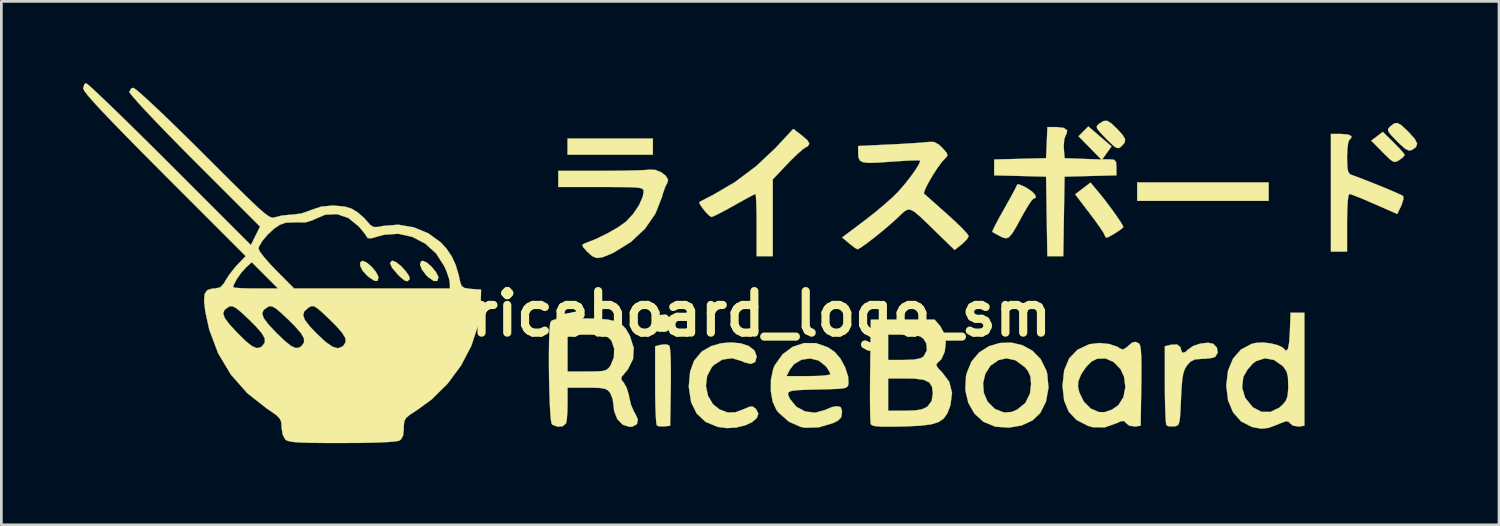
<source format=kicad_pcb>
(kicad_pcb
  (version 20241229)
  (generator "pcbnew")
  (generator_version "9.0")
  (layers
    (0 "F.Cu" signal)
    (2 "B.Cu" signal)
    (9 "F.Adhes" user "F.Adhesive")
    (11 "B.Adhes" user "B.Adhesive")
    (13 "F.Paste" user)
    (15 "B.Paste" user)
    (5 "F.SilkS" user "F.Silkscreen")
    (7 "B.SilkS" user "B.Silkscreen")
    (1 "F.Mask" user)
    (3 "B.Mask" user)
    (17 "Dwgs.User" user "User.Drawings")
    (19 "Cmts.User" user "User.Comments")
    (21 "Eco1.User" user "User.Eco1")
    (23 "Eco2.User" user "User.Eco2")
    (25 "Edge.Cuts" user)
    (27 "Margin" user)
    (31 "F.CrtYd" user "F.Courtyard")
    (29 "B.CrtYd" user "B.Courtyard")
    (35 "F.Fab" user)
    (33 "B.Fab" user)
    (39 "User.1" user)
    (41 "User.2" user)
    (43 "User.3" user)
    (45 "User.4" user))
  (footprint "riceboard_logo_sm"
    (layer "F.Cu")
    (at 24.897 8.472)
    (property "Reference" "riceboard_logo_sm" (at 0 0 0) (layer "F.SilkS") (effects (font (size 1.524 1.524) (thickness 0.3))))
    (attr through_hole)
    (fp_poly (pts (xy -3.979 -5.842) (xy -7.112 -5.842) (xy -7.112 -6.435) (xy -3.979 -6.435) (xy -3.979 -5.842)) (stroke (width 0.01) (type solid)) (fill yes) (layer "F.SilkS"))
    (fp_poly (pts (xy 18.627 -4.149) (xy 13.801 -4.149) (xy 13.801 -4.826) (xy 18.627 -4.826) (xy 18.627 -4.149)) (stroke (width 0.01) (type solid)) (fill yes) (layer "F.SilkS"))
    (fp_poly (pts (xy -3.35 0.141) (xy -3.319 0.371) (xy -3.367 0.566) (xy -3.49 0.648) (xy -3.559 0.66) (xy -3.744 0.658) (xy -3.834 0.625) (xy -3.898 0.467) (xy -3.884 0.264) (xy -3.807 0.096) (xy -3.737 0.046) (xy -3.495 0.026) (xy -3.35 0.141)) (stroke (width 0.01) (type solid)) (fill yes) (layer "F.SilkS"))
    (fp_poly (pts (xy -14.484 -1.883) (xy -14.304 -1.729) (xy -14.145 -1.539) (xy -14.059 -1.371) (xy -14.055 -1.339) (xy -14.087 -1.211) (xy -14.193 -1.21) (xy -14.387 -1.336) (xy -14.472 -1.405) (xy -14.635 -1.584) (xy -14.723 -1.763) (xy -14.722 -1.898) (xy -14.631 -1.947) (xy -14.484 -1.883)) (stroke (width 0.01) (type solid)) (fill yes) (layer "F.SilkS"))
    (fp_poly (pts (xy -12.276 -1.883) (xy -12.1 -1.727) (xy -11.944 -1.535) (xy -11.858 -1.364) (xy -11.853 -1.329) (xy -11.901 -1.205) (xy -12.031 -1.211) (xy -12.222 -1.344) (xy -12.303 -1.423) (xy -12.461 -1.631) (xy -12.527 -1.811) (xy -12.493 -1.926) (xy -12.42 -1.947) (xy -12.276 -1.883)) (stroke (width 0.01) (type solid)) (fill yes) (layer "F.SilkS"))
    (fp_poly (pts (xy 23.22 -6.286) (xy 23.424 -6.077) (xy 23.569 -5.914) (xy 23.622 -5.834) (xy 23.559 -5.751) (xy 23.422 -5.646) (xy 23.311 -5.584) (xy 23.214 -5.583) (xy 23.093 -5.661) (xy 22.909 -5.835) (xy 22.809 -5.937) (xy 22.394 -6.358) (xy 22.818 -6.681) (xy 23.22 -6.286)) (stroke (width 0.01) (type solid)) (fill yes) (layer "F.SilkS"))
    (fp_poly (pts (xy -13.392 -1.89) (xy -13.223 -1.75) (xy -13.058 -1.572) (xy -12.938 -1.402) (xy -12.903 -1.286) (xy -12.907 -1.277) (xy -12.985 -1.199) (xy -13.088 -1.22) (xy -13.249 -1.352) (xy -13.361 -1.465) (xy -13.556 -1.698) (xy -13.627 -1.862) (xy -13.57 -1.942) (xy -13.521 -1.947) (xy -13.392 -1.89)) (stroke (width 0.01) (type solid)) (fill yes) (layer "F.SilkS"))
    (fp_poly (pts (xy -3.378 1.16) (xy -3.351 1.271) (xy -3.331 1.526) (xy -3.32 1.899) (xy -3.318 2.367) (xy -3.321 2.673) (xy -3.344 4.106) (xy -3.559 4.131) (xy -3.744 4.129) (xy -3.834 4.096) (xy -3.854 3.995) (xy -3.872 3.754) (xy -3.885 3.403) (xy -3.893 2.969) (xy -3.895 2.612) (xy -3.895 1.189) (xy -3.677 1.134) (xy -3.486 1.12) (xy -3.378 1.16)) (stroke (width 0.01) (type solid)) (fill yes) (layer "F.SilkS"))
    (fp_poly (pts (xy 12.86 -6.987) (xy 13.064 -6.791) (xy 13.271 -6.563) (xy 13.359 -6.405) (xy 13.337 -6.279) (xy 13.224 -6.153) (xy 13.136 -6.089) (xy 13.047 -6.091) (xy 12.924 -6.175) (xy 12.73 -6.361) (xy 12.657 -6.436) (xy 12.443 -6.658) (xy 12.333 -6.795) (xy 12.314 -6.881) (xy 12.368 -6.95) (xy 12.408 -6.982) (xy 12.566 -7.08) (xy 12.702 -7.086) (xy 12.86 -6.987)) (stroke (width 0.01) (type solid)) (fill yes) (layer "F.SilkS"))
    (fp_poly (pts (xy 23.49 -6.932) (xy 23.692 -6.747) (xy 23.784 -6.654) (xy 23.997 -6.415) (xy 24.079 -6.247) (xy 24.034 -6.121) (xy 23.885 -6.016) (xy 23.778 -5.995) (xy 23.645 -6.058) (xy 23.453 -6.224) (xy 23.337 -6.339) (xy 23.128 -6.556) (xy 23.024 -6.69) (xy 23.009 -6.778) (xy 23.066 -6.856) (xy 23.097 -6.885) (xy 23.231 -6.988) (xy 23.35 -7.008) (xy 23.49 -6.932)) (stroke (width 0.01) (type solid)) (fill yes) (layer "F.SilkS"))
    (fp_poly (pts (xy 12.42 -4.42) (xy 12.62 -4.17) (xy 12.832 -3.889) (xy 13.03 -3.614) (xy 13.187 -3.381) (xy 13.279 -3.225) (xy 13.293 -3.188) (xy 13.228 -3.122) (xy 13.073 -3.014) (xy 12.888 -2.898) (xy 12.73 -2.814) (xy 12.669 -2.794) (xy 12.617 -2.859) (xy 12.615 -2.876) (xy 12.567 -2.974) (xy 12.435 -3.173) (xy 12.243 -3.443) (xy 12.069 -3.674) (xy 11.524 -4.389) (xy 12.087 -4.819) (xy 12.42 -4.42)) (stroke (width 0.01) (type solid)) (fill yes) (layer "F.SilkS"))
    (fp_poly (pts (xy 9.464 -4.752) (xy 9.63 -4.683) (xy 9.736 -4.628) (xy 9.94 -4.491) (xy 10.061 -4.359) (xy 10.078 -4.263) (xy 9.998 -4.233) (xy 9.926 -4.164) (xy 9.8 -3.977) (xy 9.641 -3.709) (xy 9.569 -3.577) (xy 9.364 -3.201) (xy 9.215 -2.956) (xy 9.099 -2.82) (xy 8.994 -2.774) (xy 8.878 -2.798) (xy 8.763 -2.853) (xy 8.583 -2.95) (xy 8.483 -3.008) (xy 8.48 -3.011) (xy 8.508 -3.089) (xy 8.605 -3.284) (xy 8.756 -3.565) (xy 8.924 -3.865) (xy 9.114 -4.201) (xy 9.267 -4.483) (xy 9.367 -4.678) (xy 9.398 -4.753) (xy 9.464 -4.752)) (stroke (width 0.01) (type solid)) (fill yes) (layer "F.SilkS"))
    (fp_poly (pts (xy 12.433 -6.514) (xy 12.858 -6.148) (xy 12.519 -5.673) (xy 12.779 -5.673) (xy 12.954 -5.656) (xy 13.025 -5.573) (xy 13.039 -5.379) (xy 13.039 -5.086) (xy 11.134 -5.038) (xy 11.087 -2.117) (xy 10.503 -2.117) (xy 10.456 -5.038) (xy 8.551 -5.086) (xy 8.551 -5.667) (xy 9.504 -5.691) (xy 10.456 -5.715) (xy 10.506 -6.858) (xy 10.836 -6.858) (xy 11.106 -6.826) (xy 11.231 -6.737) (xy 11.203 -6.598) (xy 11.178 -6.564) (xy 11.123 -6.411) (xy 11.104 -6.169) (xy 11.107 -6.081) (xy 11.134 -5.715) (xy 11.811 -5.69) (xy 12.488 -5.665) (xy 12.068 -6.093) (xy 11.647 -6.52) (xy 12.007 -6.88) (xy 12.433 -6.514)) (stroke (width 0.01) (type solid)) (fill yes) (layer "F.SilkS"))
    (fp_poly (pts (xy 21.549 -6.581) (xy 21.67 -6.52) (xy 21.643 -6.432) (xy 21.59 -6.392) (xy 21.548 -6.287) (xy 21.518 -6.061) (xy 21.505 -5.762) (xy 21.505 -5.75) (xy 21.513 -5.427) (xy 21.541 -5.236) (xy 21.598 -5.138) (xy 21.654 -5.107) (xy 21.946 -5) (xy 22.293 -4.866) (xy 22.658 -4.72) (xy 23.005 -4.578) (xy 23.295 -4.454) (xy 23.494 -4.364) (xy 23.563 -4.326) (xy 23.574 -4.213) (xy 23.515 -4.019) (xy 23.49 -3.962) (xy 23.349 -3.666) (xy 22.511 -4.034) (xy 22.162 -4.185) (xy 21.867 -4.306) (xy 21.663 -4.382) (xy 21.59 -4.403) (xy 21.553 -4.321) (xy 21.526 -4.09) (xy 21.51 -3.727) (xy 21.505 -3.344) (xy 21.505 -2.286) (xy 20.913 -2.286) (xy 20.913 -6.604) (xy 21.294 -6.604) (xy 21.549 -6.581)) (stroke (width 0.01) (type solid)) (fill yes) (layer "F.SilkS"))
    (fp_poly (pts (xy 1.476 -6.56) (xy 1.693 -6.374) (xy 1.767 -6.245) (xy 1.705 -6.152) (xy 1.63 -6.114) (xy 1.507 -6.028) (xy 1.306 -5.849) (xy 1.061 -5.609) (xy 0.953 -5.496) (xy 0.423 -4.939) (xy 0.423 -2.117) (xy -0.169 -2.117) (xy -0.169 -3.26) (xy -0.172 -3.677) (xy -0.181 -4.027) (xy -0.193 -4.277) (xy -0.208 -4.397) (xy -0.212 -4.403) (xy -0.299 -4.363) (xy -0.5 -4.257) (xy -0.781 -4.103) (xy -1 -3.979) (xy -1.322 -3.801) (xy -1.592 -3.66) (xy -1.774 -3.574) (xy -1.83 -3.556) (xy -1.92 -3.613) (xy -2.05 -3.749) (xy -2.179 -3.912) (xy -2.264 -4.048) (xy -2.272 -4.103) (xy -2.187 -4.151) (xy -1.995 -4.251) (xy -1.778 -4.361) (xy -0.971 -4.834) (xy -0.184 -5.424) (xy 0.518 -6.083) (xy 0.552 -6.12) (xy 1.175 -6.79) (xy 1.476 -6.56)) (stroke (width 0.01) (type solid)) (fill yes) (layer "F.SilkS"))
    (fp_poly (pts (xy 16.594 1.1) (xy 16.73 1.245) (xy 16.757 1.428) (xy 16.665 1.578) (xy 16.658 1.583) (xy 16.512 1.625) (xy 16.274 1.649) (xy 16.182 1.651) (xy 15.92 1.672) (xy 15.749 1.758) (xy 15.632 1.89) (xy 15.551 2.02) (xy 15.494 2.184) (xy 15.455 2.416) (xy 15.427 2.753) (xy 15.409 3.117) (xy 15.39 3.539) (xy 15.371 3.82) (xy 15.343 3.991) (xy 15.3 4.08) (xy 15.235 4.118) (xy 15.152 4.131) (xy 14.967 4.129) (xy 14.877 4.096) (xy 14.857 3.995) (xy 14.84 3.754) (xy 14.827 3.403) (xy 14.819 2.969) (xy 14.817 2.612) (xy 14.817 1.189) (xy 15.024 1.137) (xy 15.262 1.124) (xy 15.391 1.224) (xy 15.409 1.317) (xy 15.455 1.428) (xy 15.567 1.403) (xy 15.663 1.313) (xy 15.852 1.181) (xy 16.123 1.091) (xy 16.4 1.061) (xy 16.594 1.1)) (stroke (width 0.01) (type solid)) (fill yes) (layer "F.SilkS"))
    (fp_poly (pts (xy -0.753 1.083) (xy -0.457 1.183) (xy -0.251 1.343) (xy -0.17 1.559) (xy -0.169 1.571) (xy -0.224 1.769) (xy -0.382 1.838) (xy -0.63 1.775) (xy -0.711 1.735) (xy -1.072 1.628) (xy -1.429 1.679) (xy -1.745 1.882) (xy -1.815 1.957) (xy -1.988 2.28) (xy -2.032 2.648) (xy -1.956 3.011) (xy -1.768 3.323) (xy -1.527 3.512) (xy -1.231 3.622) (xy -0.95 3.614) (xy -0.636 3.497) (xy -0.435 3.41) (xy -0.317 3.402) (xy -0.216 3.474) (xy -0.19 3.499) (xy -0.107 3.664) (xy -0.166 3.827) (xy -0.337 3.975) (xy -0.594 4.094) (xy -0.909 4.171) (xy -1.253 4.194) (xy -1.598 4.15) (xy -2.042 3.967) (xy -2.369 3.662) (xy -2.575 3.244) (xy -2.657 2.716) (xy -2.658 2.629) (xy -2.611 2.118) (xy -2.467 1.723) (xy -2.213 1.415) (xy -2.15 1.362) (xy -1.838 1.184) (xy -1.478 1.08) (xy -1.105 1.048) (xy -0.753 1.083)) (stroke (width 0.01) (type solid)) (fill yes) (layer "F.SilkS"))
    (fp_poly (pts (xy -3.884 -5.284) (xy -3.672 -5.197) (xy -3.503 -5.065) (xy -3.42 -4.921) (xy -3.446 -4.814) (xy -3.524 -4.665) (xy -3.609 -4.422) (xy -3.645 -4.292) (xy -3.884 -3.682) (xy -4.269 -3.125) (xy -4.783 -2.643) (xy -5.405 -2.256) (xy -5.525 -2.199) (xy -5.826 -2.078) (xy -6.035 -2.049) (xy -6.207 -2.118) (xy -6.39 -2.283) (xy -6.536 -2.445) (xy -6.57 -2.529) (xy -6.505 -2.577) (xy -6.469 -2.59) (xy -6.07 -2.748) (xy -5.65 -2.952) (xy -5.267 -3.171) (xy -4.982 -3.373) (xy -4.965 -3.387) (xy -4.701 -3.67) (xy -4.485 -3.993) (xy -4.349 -4.304) (xy -4.318 -4.484) (xy -4.324 -4.545) (xy -4.359 -4.589) (xy -4.444 -4.62) (xy -4.603 -4.64) (xy -4.857 -4.651) (xy -5.231 -4.655) (xy -5.746 -4.657) (xy -5.884 -4.657) (xy -7.451 -4.657) (xy -7.451 -5.249) (xy -5.895 -5.249) (xy -5.381 -5.252) (xy -4.912 -5.259) (xy -4.518 -5.269) (xy -4.233 -5.282) (xy -4.096 -5.295) (xy -3.884 -5.284)) (stroke (width 0.01) (type solid)) (fill yes) (layer "F.SilkS"))
    (fp_poly (pts (xy 9.586 1.151) (xy 9.956 1.354) (xy 10.259 1.664) (xy 10.465 2.081) (xy 10.498 2.197) (xy 10.545 2.714) (xy 10.453 3.22) (xy 10.241 3.645) (xy 9.952 3.915) (xy 9.555 4.097) (xy 9.094 4.177) (xy 8.611 4.143) (xy 8.57 4.134) (xy 8.155 3.961) (xy 7.827 3.663) (xy 7.601 3.267) (xy 7.492 2.804) (xy 7.504 2.546) (xy 8.143 2.546) (xy 8.17 2.902) (xy 8.309 3.226) (xy 8.562 3.476) (xy 8.616 3.508) (xy 8.917 3.623) (xy 9.194 3.601) (xy 9.39 3.518) (xy 9.694 3.274) (xy 9.865 2.925) (xy 9.906 2.579) (xy 9.881 2.292) (xy 9.786 2.085) (xy 9.663 1.945) (xy 9.335 1.705) (xy 8.999 1.632) (xy 8.709 1.698) (xy 8.414 1.902) (xy 8.225 2.198) (xy 8.143 2.546) (xy 7.504 2.546) (xy 7.515 2.3) (xy 7.537 2.194) (xy 7.717 1.751) (xy 7.999 1.416) (xy 8.355 1.189) (xy 8.757 1.069) (xy 9.177 1.056) (xy 9.586 1.151)) (stroke (width 0.01) (type solid)) (fill yes) (layer "F.SilkS"))
    (fp_poly (pts (xy 13.866 1.087) (xy 13.907 1.156) (xy 13.935 1.314) (xy 13.951 1.581) (xy 13.957 1.976) (xy 13.953 2.518) (xy 13.951 2.631) (xy 13.928 4.106) (xy 13.721 4.136) (xy 13.507 4.102) (xy 13.411 4.024) (xy 13.32 3.934) (xy 13.206 3.941) (xy 13.067 4.005) (xy 12.615 4.165) (xy 12.187 4.164) (xy 11.996 4.112) (xy 11.576 3.897) (xy 11.287 3.592) (xy 11.118 3.184) (xy 11.064 2.684) (xy 11.628 2.684) (xy 11.675 2.881) (xy 11.842 3.225) (xy 12.093 3.475) (xy 12.391 3.605) (xy 12.606 3.609) (xy 12.876 3.515) (xy 13.109 3.354) (xy 13.296 3.058) (xy 13.367 2.691) (xy 13.321 2.313) (xy 13.192 2.032) (xy 12.936 1.768) (xy 12.635 1.637) (xy 12.328 1.648) (xy 12.127 1.747) (xy 11.936 1.937) (xy 11.762 2.188) (xy 11.737 2.236) (xy 11.638 2.479) (xy 11.628 2.684) (xy 11.064 2.684) (xy 11.06 2.655) (xy 11.06 2.625) (xy 11.121 2.072) (xy 11.303 1.637) (xy 11.605 1.32) (xy 12.028 1.122) (xy 12.065 1.112) (xy 12.41 1.07) (xy 12.769 1.106) (xy 13.069 1.206) (xy 13.162 1.267) (xy 13.279 1.312) (xy 13.414 1.231) (xy 13.456 1.191) (xy 13.621 1.051) (xy 13.747 1.029) (xy 13.866 1.087)) (stroke (width 0.01) (type solid)) (fill yes) (layer "F.SilkS"))
    (fp_poly (pts (xy 19.939 4.106) (xy 19.732 4.136) (xy 19.524 4.105) (xy 19.426 4.029) (xy 19.35 3.953) (xy 19.249 3.946) (xy 19.069 4.011) (xy 18.955 4.061) (xy 18.628 4.185) (xy 18.356 4.216) (xy 18.055 4.161) (xy 18.002 4.146) (xy 17.612 3.946) (xy 17.321 3.617) (xy 17.137 3.177) (xy 17.081 2.714) (xy 17.652 2.714) (xy 17.767 3.085) (xy 18.031 3.413) (xy 18.056 3.435) (xy 18.365 3.597) (xy 18.694 3.6) (xy 19.015 3.445) (xy 19.13 3.345) (xy 19.257 3.191) (xy 19.322 3.015) (xy 19.345 2.754) (xy 19.346 2.625) (xy 19.335 2.318) (xy 19.287 2.117) (xy 19.185 1.962) (xy 19.13 1.904) (xy 18.819 1.69) (xy 18.49 1.632) (xy 18.17 1.733) (xy 18.056 1.815) (xy 17.855 2.039) (xy 17.707 2.296) (xy 17.694 2.331) (xy 17.652 2.714) (xy 17.081 2.714) (xy 17.072 2.64) (xy 17.072 2.625) (xy 17.135 2.088) (xy 17.318 1.644) (xy 17.609 1.311) (xy 17.996 1.105) (xy 18.154 1.065) (xy 18.41 1.052) (xy 18.701 1.084) (xy 18.967 1.151) (xy 19.147 1.238) (xy 19.178 1.272) (xy 19.268 1.357) (xy 19.335 1.283) (xy 19.381 1.048) (xy 19.406 0.656) (xy 19.431 -0.042) (xy 19.939 -0.042) (xy 19.939 4.106)) (stroke (width 0.01) (type solid)) (fill yes) (layer "F.SilkS"))
    (fp_poly (pts (xy 2.015 1.076) (xy 2.448 1.229) (xy 2.699 1.402) (xy 2.908 1.645) (xy 3.081 1.967) (xy 3.188 2.299) (xy 3.203 2.55) (xy 3.185 2.635) (xy 3.14 2.693) (xy 3.038 2.73) (xy 2.85 2.751) (xy 2.549 2.764) (xy 2.159 2.774) (xy 1.672 2.786) (xy 1.332 2.801) (xy 1.118 2.827) (xy 1.008 2.871) (xy 0.98 2.939) (xy 1.012 3.039) (xy 1.057 3.13) (xy 1.291 3.413) (xy 1.614 3.584) (xy 1.978 3.629) (xy 2.334 3.533) (xy 2.371 3.514) (xy 2.598 3.421) (xy 2.773 3.39) (xy 2.913 3.421) (xy 2.961 3.554) (xy 2.963 3.628) (xy 2.933 3.802) (xy 2.812 3.923) (xy 2.646 4.006) (xy 2.116 4.165) (xy 1.613 4.181) (xy 1.45 4.151) (xy 1.015 3.96) (xy 0.635 3.624) (xy 0.56 3.529) (xy 0.419 3.227) (xy 0.351 2.834) (xy 0.356 2.412) (xy 0.383 2.286) (xy 0.927 2.286) (xy 1.733 2.286) (xy 2.08 2.279) (xy 2.351 2.26) (xy 2.512 2.232) (xy 2.54 2.213) (xy 2.492 2.101) (xy 2.376 1.931) (xy 2.37 1.923) (xy 2.111 1.716) (xy 1.798 1.637) (xy 1.478 1.683) (xy 1.201 1.847) (xy 1.052 2.044) (xy 0.927 2.286) (xy 0.383 2.286) (xy 0.438 2.024) (xy 0.497 1.885) (xy 0.784 1.483) (xy 1.153 1.21) (xy 1.574 1.072) (xy 2.015 1.076)) (stroke (width 0.01) (type solid)) (fill yes) (layer "F.SilkS"))
    (fp_poly (pts (xy 6.569 0.449) (xy 6.719 0.726) (xy 6.773 1.057) (xy 6.736 1.388) (xy 6.612 1.665) (xy 6.464 1.804) (xy 6.421 1.875) (xy 6.489 1.994) (xy 6.638 2.146) (xy 6.902 2.496) (xy 7.004 2.898) (xy 6.945 3.35) (xy 6.93 3.398) (xy 6.83 3.654) (xy 6.699 3.841) (xy 6.513 3.971) (xy 6.244 4.055) (xy 5.866 4.104) (xy 5.351 4.13) (xy 5.201 4.134) (xy 4.72 4.142) (xy 4.385 4.138) (xy 4.171 4.12) (xy 4.057 4.086) (xy 4.02 4.047) (xy 4.008 3.932) (xy 3.999 3.674) (xy 3.994 3.299) (xy 3.993 2.833) (xy 3.996 2.371) (xy 4.657 2.371) (xy 4.657 3.556) (xy 5.282 3.556) (xy 5.65 3.545) (xy 5.896 3.504) (xy 6.064 3.427) (xy 6.104 3.398) (xy 6.255 3.201) (xy 6.299 2.922) (xy 6.271 2.681) (xy 6.17 2.519) (xy 5.97 2.423) (xy 5.647 2.379) (xy 5.318 2.371) (xy 4.657 2.371) (xy 3.996 2.371) (xy 3.996 2.302) (xy 3.999 2.072) (xy 4.015 0.762) (xy 4.657 0.762) (xy 4.657 1.693) (xy 5.243 1.693) (xy 5.617 1.678) (xy 5.853 1.628) (xy 5.963 1.56) (xy 6.083 1.334) (xy 6.057 1.079) (xy 5.956 0.917) (xy 5.835 0.828) (xy 5.643 0.78) (xy 5.339 0.763) (xy 5.236 0.762) (xy 4.657 0.762) (xy 4.015 0.762) (xy 4.022 0.212) (xy 6.365 0.212) (xy 6.569 0.449)) (stroke (width 0.01) (type solid)) (fill yes) (layer "F.SilkS"))
    (fp_poly (pts (xy 6.345 -6.31) (xy 6.523 -6.212) (xy 6.651 -6.09) (xy 6.801 -5.919) (xy 6.839 -5.816) (xy 6.781 -5.736) (xy 6.772 -5.73) (xy 6.644 -5.595) (xy 6.482 -5.376) (xy 6.31 -5.113) (xy 6.153 -4.846) (xy 6.032 -4.614) (xy 5.973 -4.455) (xy 5.977 -4.411) (xy 6.067 -4.331) (xy 6.257 -4.163) (xy 6.518 -3.931) (xy 6.824 -3.659) (xy 6.837 -3.648) (xy 7.136 -3.374) (xy 7.382 -3.134) (xy 7.55 -2.952) (xy 7.615 -2.855) (xy 7.615 -2.852) (xy 7.551 -2.739) (xy 7.397 -2.584) (xy 7.354 -2.549) (xy 7.098 -2.346) (xy 6.449 -2.976) (xy 6.079 -3.336) (xy 5.81 -3.592) (xy 5.617 -3.752) (xy 5.474 -3.826) (xy 5.356 -3.823) (xy 5.239 -3.75) (xy 5.097 -3.619) (xy 4.975 -3.501) (xy 4.725 -3.277) (xy 4.437 -3.033) (xy 4.143 -2.796) (xy 3.874 -2.589) (xy 3.663 -2.44) (xy 3.543 -2.372) (xy 3.534 -2.371) (xy 3.443 -2.42) (xy 3.28 -2.544) (xy 3.227 -2.587) (xy 2.969 -2.804) (xy 3.792 -3.424) (xy 4.161 -3.712) (xy 4.522 -4.013) (xy 4.829 -4.287) (xy 5.004 -4.46) (xy 5.242 -4.73) (xy 5.466 -5.012) (xy 5.655 -5.275) (xy 5.786 -5.485) (xy 5.835 -5.611) (xy 5.83 -5.628) (xy 5.737 -5.636) (xy 5.508 -5.631) (xy 5.177 -5.614) (xy 4.779 -5.587) (xy 4.743 -5.585) (xy 4.275 -5.552) (xy 3.951 -5.543) (xy 3.742 -5.564) (xy 3.625 -5.624) (xy 3.572 -5.73) (xy 3.558 -5.891) (xy 3.557 -5.939) (xy 3.556 -6.163) (xy 4.72 -6.217) (xy 5.171 -6.24) (xy 5.581 -6.265) (xy 5.91 -6.288) (xy 6.119 -6.308) (xy 6.143 -6.311) (xy 6.345 -6.31)) (stroke (width 0.01) (type solid)) (fill yes) (layer "F.SilkS"))
    (fp_poly (pts (xy -6.043 0.177) (xy -5.638 0.209) (xy -5.345 0.274) (xy -5.133 0.383) (xy -4.975 0.546) (xy -4.84 0.775) (xy -4.824 0.808) (xy -4.683 1.25) (xy -4.707 1.659) (xy -4.897 2.039) (xy -5.015 2.179) (xy -5.132 2.321) (xy -5.134 2.419) (xy -5.044 2.533) (xy -4.94 2.719) (xy -4.861 2.983) (xy -4.848 3.063) (xy -4.779 3.349) (xy -4.669 3.6) (xy -4.639 3.645) (xy -4.53 3.876) (xy -4.565 4.05) (xy -4.735 4.141) (xy -4.829 4.149) (xy -5.083 4.071) (xy -5.284 3.866) (xy -5.401 3.571) (xy -5.419 3.394) (xy -5.455 3.13) (xy -5.543 2.908) (xy -5.55 2.898) (xy -5.632 2.805) (xy -5.744 2.748) (xy -5.927 2.72) (xy -6.22 2.71) (xy -6.397 2.709) (xy -7.112 2.709) (xy -7.112 3.295) (xy -7.119 3.611) (xy -7.138 3.87) (xy -7.163 4.015) (xy -7.282 4.121) (xy -7.471 4.143) (xy -7.656 4.075) (xy -7.688 4.047) (xy -7.716 3.938) (xy -7.741 3.69) (xy -7.761 3.334) (xy -7.777 2.901) (xy -7.789 2.421) (xy -7.795 1.926) (xy -7.795 1.446) (xy -7.789 1.011) (xy -7.78 0.762) (xy -7.112 0.762) (xy -7.112 2.117) (xy -6.394 2.117) (xy -6.042 2.113) (xy -5.818 2.097) (xy -5.682 2.056) (xy -5.592 1.98) (xy -5.531 1.894) (xy -5.41 1.593) (xy -5.4 1.27) (xy -5.498 0.993) (xy -5.542 0.936) (xy -5.645 0.848) (xy -5.786 0.795) (xy -6.007 0.77) (xy -6.351 0.762) (xy -6.405 0.762) (xy -7.112 0.762) (xy -7.78 0.762) (xy -7.777 0.653) (xy -7.757 0.403) (xy -7.738 0.303) (xy -7.692 0.247) (xy -7.588 0.209) (xy -7.398 0.185) (xy -7.095 0.173) (xy -6.654 0.169) (xy -6.587 0.169) (xy -6.043 0.177)) (stroke (width 0.01) (type solid)) (fill yes) (layer "F.SilkS"))
    (fp_poly (pts (xy -24.708 -8.408) (xy -24.521 -8.242) (xy -24.239 -7.977) (xy -23.874 -7.627) (xy -23.436 -7.203) (xy -22.939 -6.715) (xy -22.393 -6.176) (xy -21.811 -5.597) (xy -21.709 -5.495) (xy -18.737 -2.524) (xy -18.401 -3.204) (xy -20.8 -5.602) (xy -21.325 -6.131) (xy -21.811 -6.627) (xy -22.244 -7.076) (xy -22.611 -7.464) (xy -22.9 -7.779) (xy -23.098 -8.006) (xy -23.193 -8.132) (xy -23.199 -8.149) (xy -23.13 -8.276) (xy -23.051 -8.297) (xy -22.961 -8.239) (xy -22.765 -8.073) (xy -22.477 -7.812) (xy -22.111 -7.469) (xy -21.68 -7.056) (xy -21.198 -6.586) (xy -20.678 -6.073) (xy -20.485 -5.88) (xy -19.883 -5.279) (xy -19.389 -4.787) (xy -18.99 -4.395) (xy -18.676 -4.091) (xy -18.432 -3.864) (xy -18.249 -3.706) (xy -18.114 -3.604) (xy -18.015 -3.549) (xy -17.94 -3.531) (xy -17.876 -3.537) (xy -17.833 -3.552) (xy -17.597 -3.608) (xy -17.301 -3.639) (xy -17.224 -3.641) (xy -16.877 -3.686) (xy -16.549 -3.801) (xy -16.532 -3.81) (xy -16.162 -3.935) (xy -15.72 -3.978) (xy -15.283 -3.936) (xy -15.04 -3.863) (xy -14.809 -3.721) (xy -14.572 -3.511) (xy -14.513 -3.444) (xy -14.352 -3.262) (xy -14.223 -3.186) (xy -14.052 -3.192) (xy -13.884 -3.228) (xy -13.328 -3.273) (xy -12.76 -3.177) (xy -12.224 -2.956) (xy -11.765 -2.625) (xy -11.555 -2.393) (xy -11.36 -2.104) (xy -11.219 -1.799) (xy -11.107 -1.419) (xy -11.052 -1.169) (xy -11 -1.021) (xy -10.887 -0.948) (xy -10.66 -0.916) (xy -10.646 -0.915) (xy -10.287 -0.889) (xy -10.3 -0.322) (xy -10.397 0.424) (xy -10.643 1.172) (xy -11.02 1.894) (xy -11.512 2.56) (xy -12.1 3.141) (xy -12.636 3.532) (xy -12.895 3.698) (xy -13.041 3.823) (xy -13.106 3.95) (xy -13.123 4.124) (xy -13.123 4.2) (xy -13.147 4.465) (xy -13.229 4.613) (xy -13.287 4.654) (xy -13.427 4.683) (xy -13.719 4.707) (xy -14.146 4.725) (xy -14.69 4.737) (xy -15.333 4.741) (xy -15.398 4.741) (xy -16.036 4.74) (xy -16.526 4.735) (xy -16.888 4.724) (xy -17.144 4.707) (xy -17.314 4.682) (xy -17.42 4.648) (xy -17.478 4.608) (xy -17.568 4.435) (xy -17.61 4.185) (xy -17.611 4.153) (xy -17.621 3.98) (xy -17.672 3.85) (xy -17.795 3.724) (xy -18.02 3.564) (xy -18.14 3.485) (xy -18.868 2.913) (xy -19.469 2.232) (xy -19.937 1.452) (xy -20.265 0.583) (xy -20.396 -0.021) (xy -19.754 -0.021) (xy -19.699 0.149) (xy -19.527 0.382) (xy -19.248 0.685) (xy -18.935 0.994) (xy -18.702 1.181) (xy -18.527 1.257) (xy -18.388 1.233) (xy -18.305 1.168) (xy -18.222 1.041) (xy -18.231 0.893) (xy -18.342 0.701) (xy -18.568 0.444) (xy -18.793 0.221) (xy -19.043 -0.015) (xy -18.323 -0.015) (xy -18.267 0.157) (xy -18.092 0.39) (xy -17.807 0.693) (xy -17.492 0.996) (xy -17.26 1.18) (xy -17.088 1.256) (xy -16.953 1.235) (xy -16.866 1.168) (xy -16.783 1.041) (xy -16.791 0.893) (xy -16.903 0.701) (xy -17.129 0.444) (xy -17.353 0.221) (xy -17.541 0.044) (xy -16.819 0.044) (xy -16.756 0.223) (xy -16.572 0.462) (xy -16.32 0.726) (xy -15.99 1.033) (xy -15.736 1.209) (xy -15.54 1.263) (xy -15.381 1.204) (xy -15.342 1.168) (xy -15.259 1.041) (xy -15.267 0.894) (xy -15.378 0.703) (xy -15.602 0.447) (xy -15.834 0.216) (xy -16.109 -0.046) (xy -16.294 -0.206) (xy -16.418 -0.28) (xy -16.511 -0.287) (xy -16.603 -0.242) (xy -16.617 -0.232) (xy -16.771 -0.1) (xy -16.819 0.044) (xy -17.541 0.044) (xy -17.636 -0.045) (xy -17.829 -0.205) (xy -17.962 -0.277) (xy -18.062 -0.279) (xy -18.105 -0.261) (xy -18.266 -0.147) (xy -18.323 -0.015) (xy -19.043 -0.015) (xy -19.075 -0.045) (xy -19.269 -0.205) (xy -19.402 -0.277) (xy -19.501 -0.279) (xy -19.545 -0.261) (xy -19.7 -0.15) (xy -19.754 -0.021) (xy -20.396 -0.021) (xy -20.411 -0.09) (xy -20.455 -0.477) (xy -20.435 -0.729) (xy -20.34 -0.87) (xy -20.161 -0.927) (xy -20.058 -0.931) (xy -19.864 -0.972) (xy -19.858 -0.978) (xy -19.389 -0.978) (xy -19.31 -0.958) (xy -19.098 -0.942) (xy -18.79 -0.933) (xy -18.564 -0.931) (xy -17.74 -0.931) (xy -18.706 -1.897) (xy -18.928 -1.69) (xy -19.098 -1.5) (xy -19.256 -1.274) (xy -19.363 -1.072) (xy -19.389 -0.978) (xy -19.858 -0.978) (xy -19.723 -1.123) (xy -19.678 -1.206) (xy -19.533 -1.435) (xy -19.329 -1.696) (xy -19.233 -1.801) (xy -18.927 -2.12) (xy -19.198 -2.391) (xy -18.457 -2.391) (xy -18.4 -2.275) (xy -18.246 -2.073) (xy -18.02 -1.815) (xy -17.803 -1.589) (xy -17.149 -0.931) (xy -11.43 -0.931) (xy -11.431 -1.122) (xy -11.466 -1.305) (xy -11.556 -1.567) (xy -11.63 -1.739) (xy -11.934 -2.214) (xy -12.338 -2.581) (xy -12.811 -2.827) (xy -13.326 -2.94) (xy -13.851 -2.904) (xy -14.055 -2.847) (xy -14.316 -2.773) (xy -14.447 -2.781) (xy -14.468 -2.808) (xy -14.54 -2.923) (xy -14.688 -3.107) (xy -14.782 -3.215) (xy -15.154 -3.517) (xy -15.567 -3.66) (xy -16.001 -3.642) (xy -16.434 -3.459) (xy -16.462 -3.441) (xy -16.737 -3.356) (xy -17.03 -3.362) (xy -17.458 -3.348) (xy -17.669 -3.273) (xy -17.895 -3.119) (xy -18.126 -2.903) (xy -18.321 -2.672) (xy -18.439 -2.47) (xy -18.457 -2.391) (xy -19.198 -2.391) (xy -21.91 -5.103) (xy -22.652 -5.848) (xy -23.277 -6.482) (xy -23.791 -7.01) (xy -24.2 -7.438) (xy -24.509 -7.773) (xy -24.724 -8.02) (xy -24.85 -8.185) (xy -24.892 -8.275) (xy -24.892 -8.277) (xy -24.852 -8.425) (xy -24.787 -8.467) (xy -24.708 -8.408)) (stroke (width 0.01) (type solid)) (fill yes) (layer "F.SilkS")))
  (gr_rect
    (start -3 -3)
    (end 51.981 16.218)
    (stroke (width 0.1) (type default))
    (fill no)
    (layer "Edge.Cuts")))
</source>
